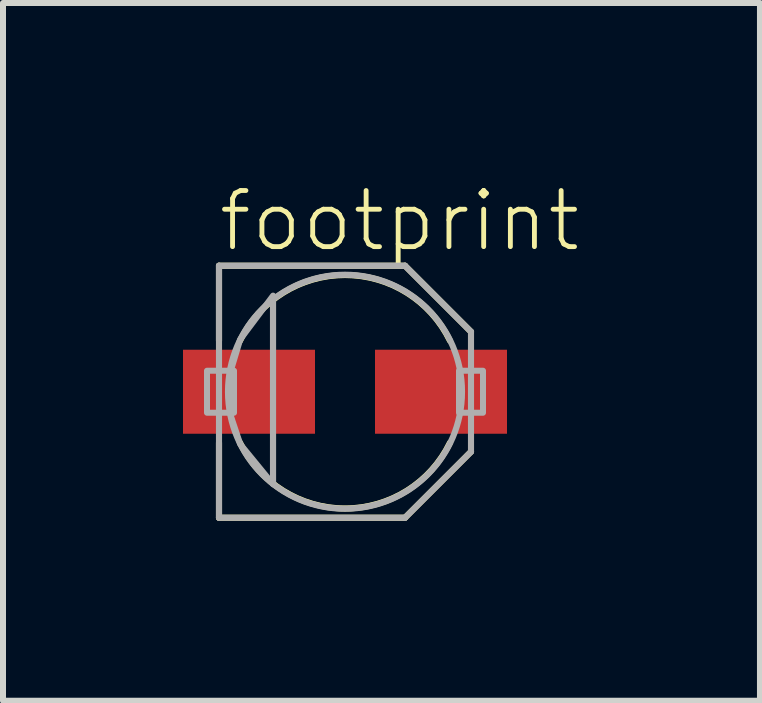
<source format=kicad_pcb>
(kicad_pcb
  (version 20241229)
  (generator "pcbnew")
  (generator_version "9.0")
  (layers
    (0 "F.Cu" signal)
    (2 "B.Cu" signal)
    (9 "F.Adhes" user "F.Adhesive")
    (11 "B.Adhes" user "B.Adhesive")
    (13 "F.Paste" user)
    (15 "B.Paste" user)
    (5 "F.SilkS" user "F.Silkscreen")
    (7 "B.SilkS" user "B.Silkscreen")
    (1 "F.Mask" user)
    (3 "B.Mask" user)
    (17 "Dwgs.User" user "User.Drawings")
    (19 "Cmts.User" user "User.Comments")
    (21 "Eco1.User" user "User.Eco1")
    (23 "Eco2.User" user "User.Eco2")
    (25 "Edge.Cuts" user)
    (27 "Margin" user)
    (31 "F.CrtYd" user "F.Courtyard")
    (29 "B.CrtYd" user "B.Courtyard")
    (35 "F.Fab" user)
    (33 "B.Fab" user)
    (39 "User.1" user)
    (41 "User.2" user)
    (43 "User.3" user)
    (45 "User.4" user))
  (footprint "footprint"
    (layer "F.Cu")
    (at 2.7 3.479)
    (property "Reference" "footprint" (at -2.15 -2.3 0) (layer "F.SilkS") (effects (font (size 0.935 0.935) (thickness 0.081)) (justify left bottom)))
    (fp_line (start -2.1 -2.1) (end 1 -2.1) (stroke (width 0.102) (type solid)) (layer "F.SilkS"))
    (fp_line (start -2.1 -0.85) (end -2.1 -2.1) (stroke (width 0.102) (type solid)) (layer "F.SilkS"))
    (fp_line (start -2.1 2.1) (end -2.1 0.85) (stroke (width 0.102) (type solid)) (layer "F.SilkS"))
    (fp_line (start 1 -2.1) (end 2.1 -1) (stroke (width 0.102) (type solid)) (layer "F.SilkS"))
    (fp_line (start 1 2.1) (end -2.1 2.1) (stroke (width 0.102) (type solid)) (layer "F.SilkS"))
    (fp_line (start 2.1 1) (end 1 2.1) (stroke (width 0.102) (type solid)) (layer "F.SilkS"))
    (fp_arc (start -1.75 -0.85) (mid 0 -1.945508) (end 1.75 -0.85) (stroke (width 0.1016) (type solid)) (layer "F.SilkS"))
    (fp_arc (start 1.75 0.85) (mid 0 1.945508) (end -1.75 0.85) (stroke (width 0.1016) (type solid)) (layer "F.SilkS"))
    (fp_line (start -2.1 -2.1) (end 1 -2.1) (stroke (width 0.102) (type solid)) (layer "F.Fab"))
    (fp_line (start -2.1 2.1) (end -2.1 -2.1) (stroke (width 0.102) (type solid)) (layer "F.Fab"))
    (fp_line (start -1.2 -1.5) (end -1.2 1.5) (stroke (width 0.102) (type solid)) (layer "F.Fab"))
    (fp_line (start 1 -2.1) (end 2.1 -1) (stroke (width 0.102) (type solid)) (layer "F.Fab"))
    (fp_line (start 1 2.1) (end -2.1 2.1) (stroke (width 0.102) (type solid)) (layer "F.Fab"))
    (fp_line (start 2.1 -1) (end 2.1 1) (stroke (width 0.102) (type solid)) (layer "F.Fab"))
    (fp_line (start 2.1 1) (end 1 2.1) (stroke (width 0.102) (type solid)) (layer "F.Fab"))
    (fp_circle (center 0 0) (end 1.95 0) (stroke (width 0.102) (type solid)) (fill no) (layer "F.Fab"))
    (fp_poly (pts (xy -2.3 0.35) (xy -1.85 0.35) (xy -1.85 -0.35) (xy -2.3 -0.35)) (stroke (width 0.1) (type solid)) (fill no) (layer "F.Fab"))
    (fp_poly (pts (xy 1.9 0.35) (xy 2.3 0.35) (xy 2.3 -0.35) (xy 1.9 -0.35)) (stroke (width 0.1) (type solid)) (fill no) (layer "F.Fab"))
    (fp_poly (pts (xy -1.199 1.542) (xy -1.745 0.875) (xy -1.901 0.408) (xy -1.901 -0.357) (xy -1.746 -0.873) (xy -1.199 -1.602)) (stroke (width 0.1) (type solid)) (fill no) (layer "F.Fab"))
    (pad "+" smd rect (at 1.6 0) (size 2.2 1.4) (layers "F.Cu" "F.Mask" "F.Paste"))
    (pad "-" smd rect (at -1.6 0) (size 2.2 1.4) (layers "F.Cu" "F.Mask" "F.Paste")))
  (gr_rect
    (start -3 -3)
    (end 9.616 8.629)
    (stroke (width 0.1) (type default))
    (fill no)
    (layer "Edge.Cuts")))
</source>
